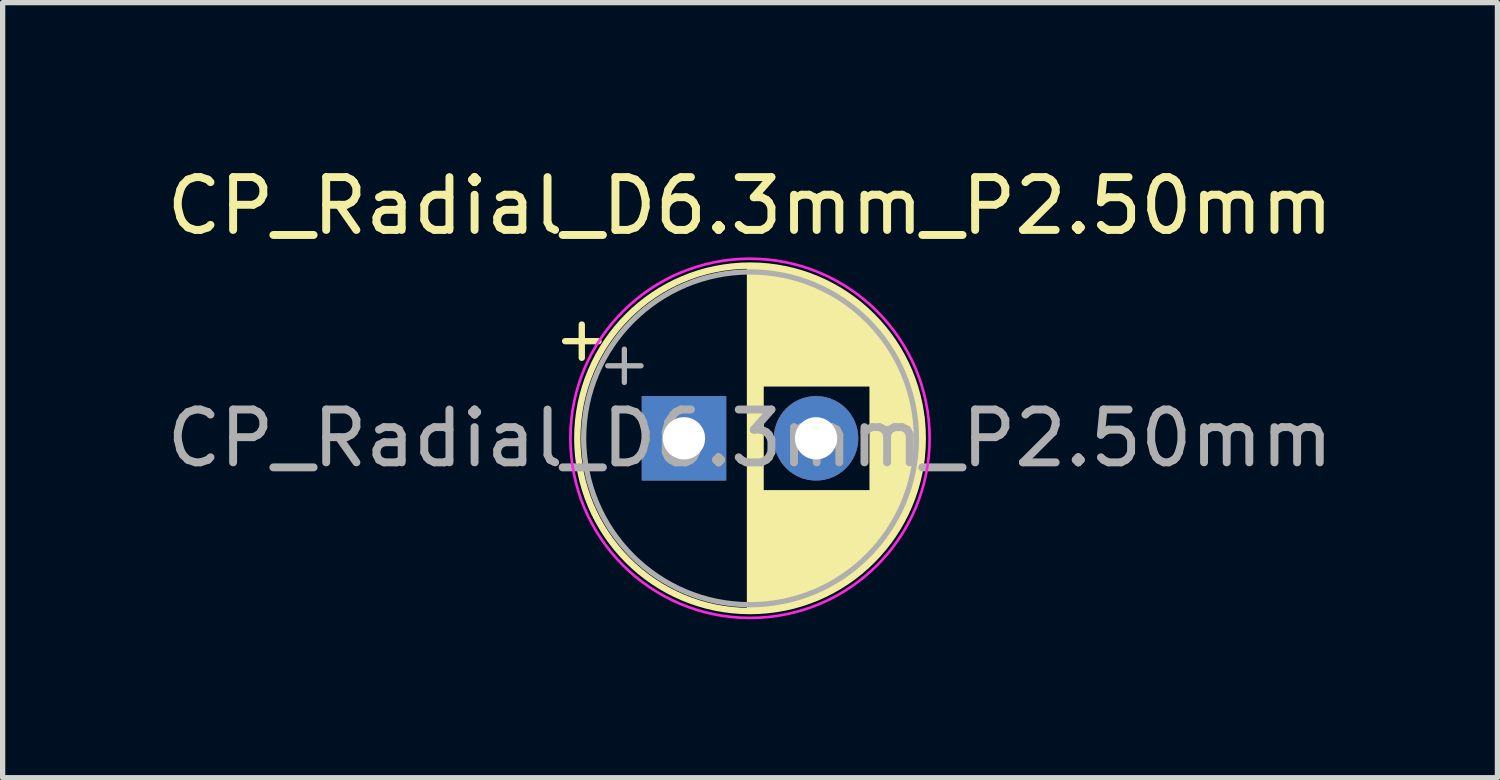
<source format=kicad_pcb>
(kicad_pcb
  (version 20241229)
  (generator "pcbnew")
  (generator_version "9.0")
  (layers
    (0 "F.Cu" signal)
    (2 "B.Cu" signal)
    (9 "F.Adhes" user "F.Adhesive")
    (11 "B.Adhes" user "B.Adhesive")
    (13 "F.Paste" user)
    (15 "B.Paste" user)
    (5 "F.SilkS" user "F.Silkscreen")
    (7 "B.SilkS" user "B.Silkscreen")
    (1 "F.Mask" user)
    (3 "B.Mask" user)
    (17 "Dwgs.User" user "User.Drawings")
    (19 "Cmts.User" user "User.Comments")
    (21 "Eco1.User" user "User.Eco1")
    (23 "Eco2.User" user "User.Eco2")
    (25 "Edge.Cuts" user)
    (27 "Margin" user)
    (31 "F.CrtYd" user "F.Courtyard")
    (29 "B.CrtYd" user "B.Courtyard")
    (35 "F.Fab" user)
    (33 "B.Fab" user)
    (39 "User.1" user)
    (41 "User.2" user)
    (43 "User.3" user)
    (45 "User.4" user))
  (footprint "CP_Radial_D6.3mm_P2.50mm"
    (layer "F.Cu")
    (at 9.899 5.248)
    (property "Reference" "CP_Radial_D6.3mm_P2.50mm" (at 1.25 -4.4 0) (layer "F.SilkS") (effects (font (size 1 1) (thickness 0.15))))
    (attr through_hole)
    (fp_line (start -2.25 -1.839) (end -1.62 -1.839) (stroke (width 0.12) (type solid)) (layer "F.SilkS"))
    (fp_line (start -1.935 -2.154) (end -1.935 -1.524) (stroke (width 0.12) (type solid)) (layer "F.SilkS"))
    (fp_line (start 1.25 -3.23) (end 1.25 3.23) (stroke (width 0.12) (type solid)) (layer "F.SilkS"))
    (fp_line (start 1.29 -3.23) (end 1.29 3.23) (stroke (width 0.12) (type solid)) (layer "F.SilkS"))
    (fp_line (start 1.33 -3.23) (end 1.33 3.23) (stroke (width 0.12) (type solid)) (layer "F.SilkS"))
    (fp_line (start 1.37 -3.228) (end 1.37 3.228) (stroke (width 0.12) (type solid)) (layer "F.SilkS"))
    (fp_line (start 1.41 -3.227) (end 1.41 3.227) (stroke (width 0.12) (type solid)) (layer "F.SilkS"))
    (fp_line (start 1.45 -3.224) (end 1.45 3.224) (stroke (width 0.12) (type solid)) (layer "F.SilkS"))
    (fp_line (start 1.49 -3.222) (end 1.49 -1.04) (stroke (width 0.12) (type solid)) (layer "F.SilkS"))
    (fp_line (start 1.49 1.04) (end 1.49 3.222) (stroke (width 0.12) (type solid)) (layer "F.SilkS"))
    (fp_line (start 1.53 -3.218) (end 1.53 -1.04) (stroke (width 0.12) (type solid)) (layer "F.SilkS"))
    (fp_line (start 1.53 1.04) (end 1.53 3.218) (stroke (width 0.12) (type solid)) (layer "F.SilkS"))
    (fp_line (start 1.57 -3.215) (end 1.57 -1.04) (stroke (width 0.12) (type solid)) (layer "F.SilkS"))
    (fp_line (start 1.57 1.04) (end 1.57 3.215) (stroke (width 0.12) (type solid)) (layer "F.SilkS"))
    (fp_line (start 1.61 -3.211) (end 1.61 -1.04) (stroke (width 0.12) (type solid)) (layer "F.SilkS"))
    (fp_line (start 1.61 1.04) (end 1.61 3.211) (stroke (width 0.12) (type solid)) (layer "F.SilkS"))
    (fp_line (start 1.65 -3.206) (end 1.65 -1.04) (stroke (width 0.12) (type solid)) (layer "F.SilkS"))
    (fp_line (start 1.65 1.04) (end 1.65 3.206) (stroke (width 0.12) (type solid)) (layer "F.SilkS"))
    (fp_line (start 1.69 -3.201) (end 1.69 -1.04) (stroke (width 0.12) (type solid)) (layer "F.SilkS"))
    (fp_line (start 1.69 1.04) (end 1.69 3.201) (stroke (width 0.12) (type solid)) (layer "F.SilkS"))
    (fp_line (start 1.73 -3.195) (end 1.73 -1.04) (stroke (width 0.12) (type solid)) (layer "F.SilkS"))
    (fp_line (start 1.73 1.04) (end 1.73 3.195) (stroke (width 0.12) (type solid)) (layer "F.SilkS"))
    (fp_line (start 1.77 -3.189) (end 1.77 -1.04) (stroke (width 0.12) (type solid)) (layer "F.SilkS"))
    (fp_line (start 1.77 1.04) (end 1.77 3.189) (stroke (width 0.12) (type solid)) (layer "F.SilkS"))
    (fp_line (start 1.81 -3.182) (end 1.81 -1.04) (stroke (width 0.12) (type solid)) (layer "F.SilkS"))
    (fp_line (start 1.81 1.04) (end 1.81 3.182) (stroke (width 0.12) (type solid)) (layer "F.SilkS"))
    (fp_line (start 1.85 -3.175) (end 1.85 -1.04) (stroke (width 0.12) (type solid)) (layer "F.SilkS"))
    (fp_line (start 1.85 1.04) (end 1.85 3.175) (stroke (width 0.12) (type solid)) (layer "F.SilkS"))
    (fp_line (start 1.89 -3.167) (end 1.89 -1.04) (stroke (width 0.12) (type solid)) (layer "F.SilkS"))
    (fp_line (start 1.89 1.04) (end 1.89 3.167) (stroke (width 0.12) (type solid)) (layer "F.SilkS"))
    (fp_line (start 1.93 -3.159) (end 1.93 -1.04) (stroke (width 0.12) (type solid)) (layer "F.SilkS"))
    (fp_line (start 1.93 1.04) (end 1.93 3.159) (stroke (width 0.12) (type solid)) (layer "F.SilkS"))
    (fp_line (start 1.971 -3.15) (end 1.971 -1.04) (stroke (width 0.12) (type solid)) (layer "F.SilkS"))
    (fp_line (start 1.971 1.04) (end 1.971 3.15) (stroke (width 0.12) (type solid)) (layer "F.SilkS"))
    (fp_line (start 2.011 -3.141) (end 2.011 -1.04) (stroke (width 0.12) (type solid)) (layer "F.SilkS"))
    (fp_line (start 2.011 1.04) (end 2.011 3.141) (stroke (width 0.12) (type solid)) (layer "F.SilkS"))
    (fp_line (start 2.051 -3.131) (end 2.051 -1.04) (stroke (width 0.12) (type solid)) (layer "F.SilkS"))
    (fp_line (start 2.051 1.04) (end 2.051 3.131) (stroke (width 0.12) (type solid)) (layer "F.SilkS"))
    (fp_line (start 2.091 -3.121) (end 2.091 -1.04) (stroke (width 0.12) (type solid)) (layer "F.SilkS"))
    (fp_line (start 2.091 1.04) (end 2.091 3.121) (stroke (width 0.12) (type solid)) (layer "F.SilkS"))
    (fp_line (start 2.131 -3.11) (end 2.131 -1.04) (stroke (width 0.12) (type solid)) (layer "F.SilkS"))
    (fp_line (start 2.131 1.04) (end 2.131 3.11) (stroke (width 0.12) (type solid)) (layer "F.SilkS"))
    (fp_line (start 2.171 -3.098) (end 2.171 -1.04) (stroke (width 0.12) (type solid)) (layer "F.SilkS"))
    (fp_line (start 2.171 1.04) (end 2.171 3.098) (stroke (width 0.12) (type solid)) (layer "F.SilkS"))
    (fp_line (start 2.211 -3.086) (end 2.211 -1.04) (stroke (width 0.12) (type solid)) (layer "F.SilkS"))
    (fp_line (start 2.211 1.04) (end 2.211 3.086) (stroke (width 0.12) (type solid)) (layer "F.SilkS"))
    (fp_line (start 2.251 -3.074) (end 2.251 -1.04) (stroke (width 0.12) (type solid)) (layer "F.SilkS"))
    (fp_line (start 2.251 1.04) (end 2.251 3.074) (stroke (width 0.12) (type solid)) (layer "F.SilkS"))
    (fp_line (start 2.291 -3.061) (end 2.291 -1.04) (stroke (width 0.12) (type solid)) (layer "F.SilkS"))
    (fp_line (start 2.291 1.04) (end 2.291 3.061) (stroke (width 0.12) (type solid)) (layer "F.SilkS"))
    (fp_line (start 2.331 -3.047) (end 2.331 -1.04) (stroke (width 0.12) (type solid)) (layer "F.SilkS"))
    (fp_line (start 2.331 1.04) (end 2.331 3.047) (stroke (width 0.12) (type solid)) (layer "F.SilkS"))
    (fp_line (start 2.371 -3.033) (end 2.371 -1.04) (stroke (width 0.12) (type solid)) (layer "F.SilkS"))
    (fp_line (start 2.371 1.04) (end 2.371 3.033) (stroke (width 0.12) (type solid)) (layer "F.SilkS"))
    (fp_line (start 2.411 -3.018) (end 2.411 -1.04) (stroke (width 0.12) (type solid)) (layer "F.SilkS"))
    (fp_line (start 2.411 1.04) (end 2.411 3.018) (stroke (width 0.12) (type solid)) (layer "F.SilkS"))
    (fp_line (start 2.451 -3.002) (end 2.451 -1.04) (stroke (width 0.12) (type solid)) (layer "F.SilkS"))
    (fp_line (start 2.451 1.04) (end 2.451 3.002) (stroke (width 0.12) (type solid)) (layer "F.SilkS"))
    (fp_line (start 2.491 -2.986) (end 2.491 -1.04) (stroke (width 0.12) (type solid)) (layer "F.SilkS"))
    (fp_line (start 2.491 1.04) (end 2.491 2.986) (stroke (width 0.12) (type solid)) (layer "F.SilkS"))
    (fp_line (start 2.531 -2.97) (end 2.531 -1.04) (stroke (width 0.12) (type solid)) (layer "F.SilkS"))
    (fp_line (start 2.531 1.04) (end 2.531 2.97) (stroke (width 0.12) (type solid)) (layer "F.SilkS"))
    (fp_line (start 2.571 -2.952) (end 2.571 -1.04) (stroke (width 0.12) (type solid)) (layer "F.SilkS"))
    (fp_line (start 2.571 1.04) (end 2.571 2.952) (stroke (width 0.12) (type solid)) (layer "F.SilkS"))
    (fp_line (start 2.611 -2.934) (end 2.611 -1.04) (stroke (width 0.12) (type solid)) (layer "F.SilkS"))
    (fp_line (start 2.611 1.04) (end 2.611 2.934) (stroke (width 0.12) (type solid)) (layer "F.SilkS"))
    (fp_line (start 2.651 -2.916) (end 2.651 -1.04) (stroke (width 0.12) (type solid)) (layer "F.SilkS"))
    (fp_line (start 2.651 1.04) (end 2.651 2.916) (stroke (width 0.12) (type solid)) (layer "F.SilkS"))
    (fp_line (start 2.691 -2.896) (end 2.691 -1.04) (stroke (width 0.12) (type solid)) (layer "F.SilkS"))
    (fp_line (start 2.691 1.04) (end 2.691 2.896) (stroke (width 0.12) (type solid)) (layer "F.SilkS"))
    (fp_line (start 2.731 -2.876) (end 2.731 -1.04) (stroke (width 0.12) (type solid)) (layer "F.SilkS"))
    (fp_line (start 2.731 1.04) (end 2.731 2.876) (stroke (width 0.12) (type solid)) (layer "F.SilkS"))
    (fp_line (start 2.771 -2.856) (end 2.771 -1.04) (stroke (width 0.12) (type solid)) (layer "F.SilkS"))
    (fp_line (start 2.771 1.04) (end 2.771 2.856) (stroke (width 0.12) (type solid)) (layer "F.SilkS"))
    (fp_line (start 2.811 -2.834) (end 2.811 -1.04) (stroke (width 0.12) (type solid)) (layer "F.SilkS"))
    (fp_line (start 2.811 1.04) (end 2.811 2.834) (stroke (width 0.12) (type solid)) (layer "F.SilkS"))
    (fp_line (start 2.851 -2.812) (end 2.851 -1.04) (stroke (width 0.12) (type solid)) (layer "F.SilkS"))
    (fp_line (start 2.851 1.04) (end 2.851 2.812) (stroke (width 0.12) (type solid)) (layer "F.SilkS"))
    (fp_line (start 2.891 -2.79) (end 2.891 -1.04) (stroke (width 0.12) (type solid)) (layer "F.SilkS"))
    (fp_line (start 2.891 1.04) (end 2.891 2.79) (stroke (width 0.12) (type solid)) (layer "F.SilkS"))
    (fp_line (start 2.931 -2.766) (end 2.931 -1.04) (stroke (width 0.12) (type solid)) (layer "F.SilkS"))
    (fp_line (start 2.931 1.04) (end 2.931 2.766) (stroke (width 0.12) (type solid)) (layer "F.SilkS"))
    (fp_line (start 2.971 -2.742) (end 2.971 -1.04) (stroke (width 0.12) (type solid)) (layer "F.SilkS"))
    (fp_line (start 2.971 1.04) (end 2.971 2.742) (stroke (width 0.12) (type solid)) (layer "F.SilkS"))
    (fp_line (start 3.011 -2.716) (end 3.011 -1.04) (stroke (width 0.12) (type solid)) (layer "F.SilkS"))
    (fp_line (start 3.011 1.04) (end 3.011 2.716) (stroke (width 0.12) (type solid)) (layer "F.SilkS"))
    (fp_line (start 3.051 -2.69) (end 3.051 -1.04) (stroke (width 0.12) (type solid)) (layer "F.SilkS"))
    (fp_line (start 3.051 1.04) (end 3.051 2.69) (stroke (width 0.12) (type solid)) (layer "F.SilkS"))
    (fp_line (start 3.091 -2.664) (end 3.091 -1.04) (stroke (width 0.12) (type solid)) (layer "F.SilkS"))
    (fp_line (start 3.091 1.04) (end 3.091 2.664) (stroke (width 0.12) (type solid)) (layer "F.SilkS"))
    (fp_line (start 3.131 -2.636) (end 3.131 -1.04) (stroke (width 0.12) (type solid)) (layer "F.SilkS"))
    (fp_line (start 3.131 1.04) (end 3.131 2.636) (stroke (width 0.12) (type solid)) (layer "F.SilkS"))
    (fp_line (start 3.171 -2.607) (end 3.171 -1.04) (stroke (width 0.12) (type solid)) (layer "F.SilkS"))
    (fp_line (start 3.171 1.04) (end 3.171 2.607) (stroke (width 0.12) (type solid)) (layer "F.SilkS"))
    (fp_line (start 3.211 -2.578) (end 3.211 -1.04) (stroke (width 0.12) (type solid)) (layer "F.SilkS"))
    (fp_line (start 3.211 1.04) (end 3.211 2.578) (stroke (width 0.12) (type solid)) (layer "F.SilkS"))
    (fp_line (start 3.251 -2.548) (end 3.251 -1.04) (stroke (width 0.12) (type solid)) (layer "F.SilkS"))
    (fp_line (start 3.251 1.04) (end 3.251 2.548) (stroke (width 0.12) (type solid)) (layer "F.SilkS"))
    (fp_line (start 3.291 -2.516) (end 3.291 -1.04) (stroke (width 0.12) (type solid)) (layer "F.SilkS"))
    (fp_line (start 3.291 1.04) (end 3.291 2.516) (stroke (width 0.12) (type solid)) (layer "F.SilkS"))
    (fp_line (start 3.331 -2.484) (end 3.331 -1.04) (stroke (width 0.12) (type solid)) (layer "F.SilkS"))
    (fp_line (start 3.331 1.04) (end 3.331 2.484) (stroke (width 0.12) (type solid)) (layer "F.SilkS"))
    (fp_line (start 3.371 -2.45) (end 3.371 -1.04) (stroke (width 0.12) (type solid)) (layer "F.SilkS"))
    (fp_line (start 3.371 1.04) (end 3.371 2.45) (stroke (width 0.12) (type solid)) (layer "F.SilkS"))
    (fp_line (start 3.411 -2.416) (end 3.411 -1.04) (stroke (width 0.12) (type solid)) (layer "F.SilkS"))
    (fp_line (start 3.411 1.04) (end 3.411 2.416) (stroke (width 0.12) (type solid)) (layer "F.SilkS"))
    (fp_line (start 3.451 -2.38) (end 3.451 -1.04) (stroke (width 0.12) (type solid)) (layer "F.SilkS"))
    (fp_line (start 3.451 1.04) (end 3.451 2.38) (stroke (width 0.12) (type solid)) (layer "F.SilkS"))
    (fp_line (start 3.491 -2.343) (end 3.491 -1.04) (stroke (width 0.12) (type solid)) (layer "F.SilkS"))
    (fp_line (start 3.491 1.04) (end 3.491 2.343) (stroke (width 0.12) (type solid)) (layer "F.SilkS"))
    (fp_line (start 3.531 -2.305) (end 3.531 -1.04) (stroke (width 0.12) (type solid)) (layer "F.SilkS"))
    (fp_line (start 3.531 1.04) (end 3.531 2.305) (stroke (width 0.12) (type solid)) (layer "F.SilkS"))
    (fp_line (start 3.571 -2.265) (end 3.571 2.265) (stroke (width 0.12) (type solid)) (layer "F.SilkS"))
    (fp_line (start 3.611 -2.224) (end 3.611 2.224) (stroke (width 0.12) (type solid)) (layer "F.SilkS"))
    (fp_line (start 3.651 -2.182) (end 3.651 2.182) (stroke (width 0.12) (type solid)) (layer "F.SilkS"))
    (fp_line (start 3.691 -2.137) (end 3.691 2.137) (stroke (width 0.12) (type solid)) (layer "F.SilkS"))
    (fp_line (start 3.731 -2.092) (end 3.731 2.092) (stroke (width 0.12) (type solid)) (layer "F.SilkS"))
    (fp_line (start 3.771 -2.044) (end 3.771 2.044) (stroke (width 0.12) (type solid)) (layer "F.SilkS"))
    (fp_line (start 3.811 -1.995) (end 3.811 1.995) (stroke (width 0.12) (type solid)) (layer "F.SilkS"))
    (fp_line (start 3.851 -1.944) (end 3.851 1.944) (stroke (width 0.12) (type solid)) (layer "F.SilkS"))
    (fp_line (start 3.891 -1.89) (end 3.891 1.89) (stroke (width 0.12) (type solid)) (layer "F.SilkS"))
    (fp_line (start 3.931 -1.834) (end 3.931 1.834) (stroke (width 0.12) (type solid)) (layer "F.SilkS"))
    (fp_line (start 3.971 -1.776) (end 3.971 1.776) (stroke (width 0.12) (type solid)) (layer "F.SilkS"))
    (fp_line (start 4.011 -1.714) (end 4.011 1.714) (stroke (width 0.12) (type solid)) (layer "F.SilkS"))
    (fp_line (start 4.051 -1.65) (end 4.051 1.65) (stroke (width 0.12) (type solid)) (layer "F.SilkS"))
    (fp_line (start 4.091 -1.581) (end 4.091 1.581) (stroke (width 0.12) (type solid)) (layer "F.SilkS"))
    (fp_line (start 4.131 -1.509) (end 4.131 1.509) (stroke (width 0.12) (type solid)) (layer "F.SilkS"))
    (fp_line (start 4.171 -1.432) (end 4.171 1.432) (stroke (width 0.12) (type solid)) (layer "F.SilkS"))
    (fp_line (start 4.211 -1.35) (end 4.211 1.35) (stroke (width 0.12) (type solid)) (layer "F.SilkS"))
    (fp_line (start 4.251 -1.262) (end 4.251 1.262) (stroke (width 0.12) (type solid)) (layer "F.SilkS"))
    (fp_line (start 4.291 -1.165) (end 4.291 1.165) (stroke (width 0.12) (type solid)) (layer "F.SilkS"))
    (fp_line (start 4.331 -1.059) (end 4.331 1.059) (stroke (width 0.12) (type solid)) (layer "F.SilkS"))
    (fp_line (start 4.371 -0.94) (end 4.371 0.94) (stroke (width 0.12) (type solid)) (layer "F.SilkS"))
    (fp_line (start 4.411 -0.802) (end 4.411 0.802) (stroke (width 0.12) (type solid)) (layer "F.SilkS"))
    (fp_line (start 4.451 -0.633) (end 4.451 0.633) (stroke (width 0.12) (type solid)) (layer "F.SilkS"))
    (fp_line (start 4.491 -0.402) (end 4.491 0.402) (stroke (width 0.12) (type solid)) (layer "F.SilkS"))
    (fp_circle (center 1.25 0) (end 4.52 0) (stroke (width 0.12) (type solid)) (fill no) (layer "F.SilkS"))
    (fp_circle (center 1.25 0) (end 4.65 0) (stroke (width 0.05) (type solid)) (fill no) (layer "F.CrtYd"))
    (fp_line (start -1.444 -1.373) (end -0.814 -1.373) (stroke (width 0.1) (type solid)) (layer "F.Fab"))
    (fp_line (start -1.129 -1.688) (end -1.129 -1.058) (stroke (width 0.1) (type solid)) (layer "F.Fab"))
    (fp_circle (center 1.25 0) (end 4.4 0) (stroke (width 0.1) (type solid)) (fill no) (layer "F.Fab"))
    (fp_text user "${REFERENCE}" (at 1.25 0 0) (layer "F.Fab") (effects (font (size 1 1) (thickness 0.15))))
    (pad "1" thru_hole rect (at 0 0) (size 1.6 1.6) (drill 0.8) (layers "*.Cu" "*.Mask"))
    (pad "2" thru_hole circle (at 2.5 0) (size 1.6 1.6) (drill 0.8) (layers "*.Cu" "*.Mask")))
  (gr_rect
    (start -3 -3)
    (end 25.298 11.673)
    (stroke (width 0.1) (type default))
    (fill no)
    (layer "Edge.Cuts")))
</source>
